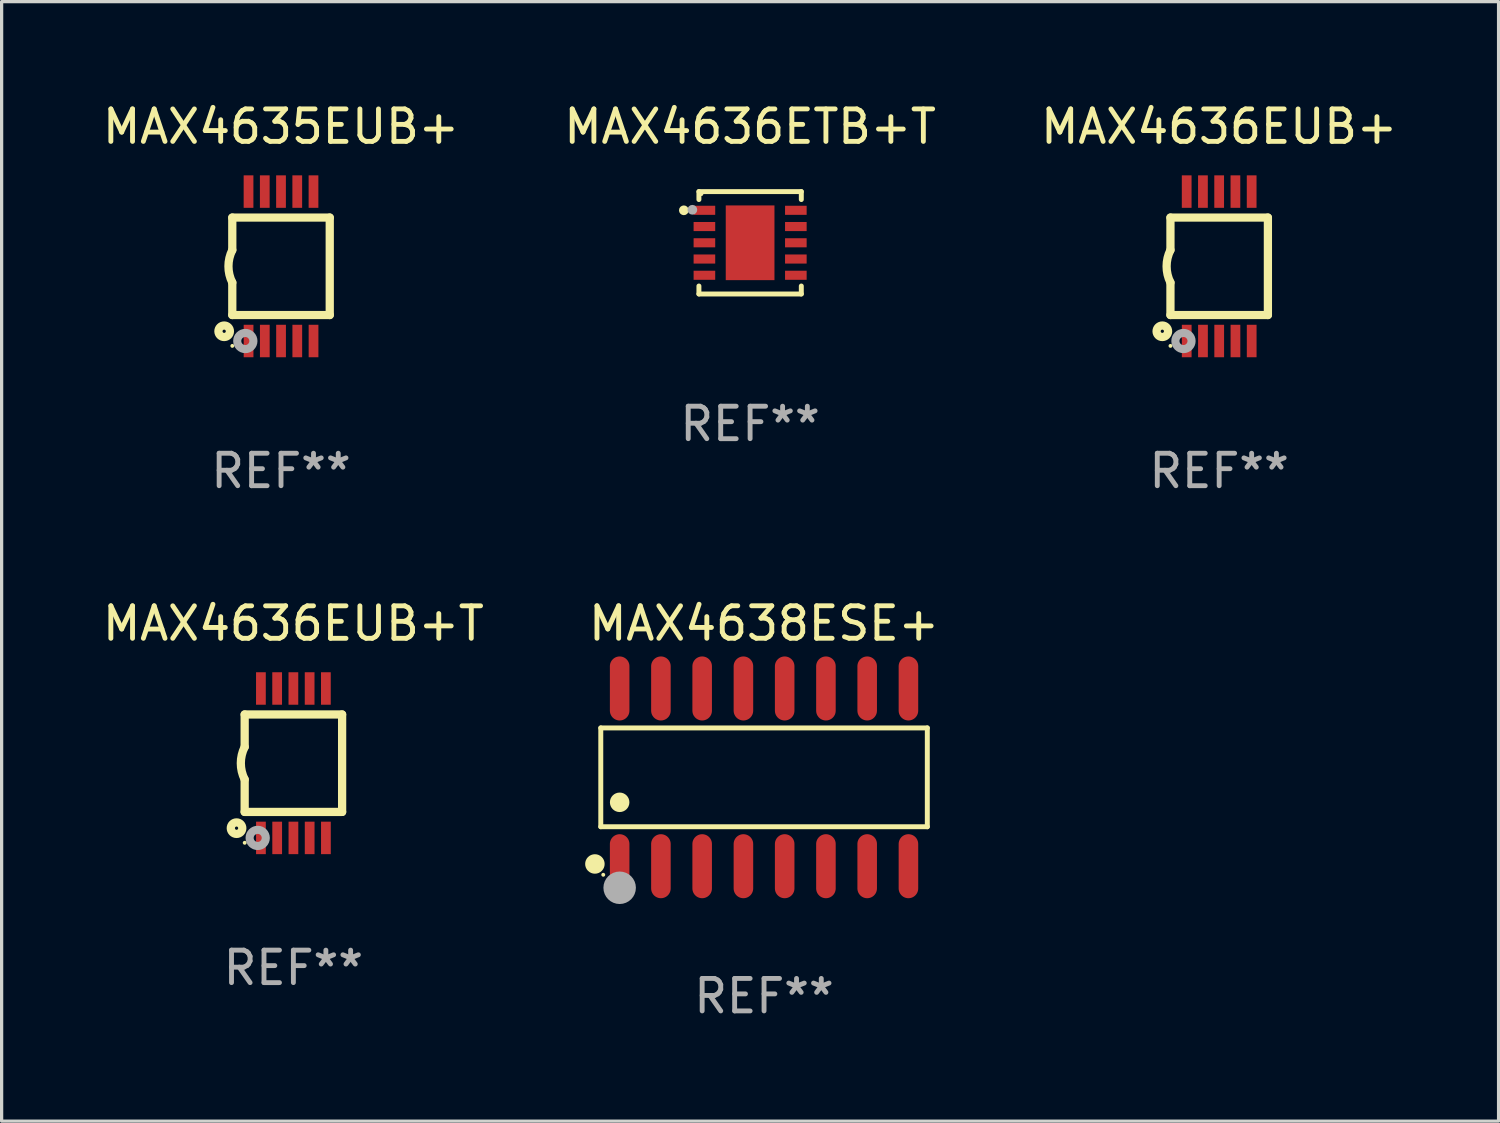
<source format=kicad_pcb>
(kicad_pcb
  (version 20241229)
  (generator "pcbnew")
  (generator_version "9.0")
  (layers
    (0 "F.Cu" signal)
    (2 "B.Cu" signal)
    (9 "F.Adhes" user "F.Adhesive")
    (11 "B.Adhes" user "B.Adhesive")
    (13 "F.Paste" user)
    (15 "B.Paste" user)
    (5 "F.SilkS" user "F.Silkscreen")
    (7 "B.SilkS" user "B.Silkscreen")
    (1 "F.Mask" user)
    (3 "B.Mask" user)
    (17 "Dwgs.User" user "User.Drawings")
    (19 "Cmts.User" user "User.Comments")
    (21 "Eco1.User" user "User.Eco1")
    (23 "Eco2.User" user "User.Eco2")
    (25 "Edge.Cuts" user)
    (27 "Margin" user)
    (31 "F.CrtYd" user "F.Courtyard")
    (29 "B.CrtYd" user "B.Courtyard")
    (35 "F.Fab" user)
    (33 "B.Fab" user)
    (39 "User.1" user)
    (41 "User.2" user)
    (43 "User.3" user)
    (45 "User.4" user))
  (footprint "MAX4635EUB+"
    (layer "F.Cu")
    (at 5.601 5.148)
    (property "Reference" "MAX4635EUB+" (at 0 -4.3 0) (layer "F.SilkS") (effects (font (size 1 1) (thickness 0.15))))
    (attr through_hole)
    (fp_line (start -1.5 -1.5) (end -1.5 -0.5) (stroke (width 0.254) (type solid)) (layer "F.SilkS"))
    (fp_line (start -1.5 1.5) (end -1.5 0.5) (stroke (width 0.254) (type solid)) (layer "F.SilkS"))
    (fp_line (start -1.5 1.5) (end 1.5 1.5) (stroke (width 0.254) (type solid)) (layer "F.SilkS"))
    (fp_line (start 1.5 1.5) (end 1.5 -1.5) (stroke (width 0.254) (type solid)) (layer "F.SilkS"))
    (fp_line (start 1.5 -1.5) (end -1.5 -1.5) (stroke (width 0.254) (type solid)) (layer "F.SilkS"))
    (fp_arc (start -1.500165 0.5) (mid -1.618199 0) (end -1.500165 -0.5) (stroke (width 0.254001) (type solid)) (layer "F.SilkS"))
    (fp_circle (center -1.75 2) (end -1.573 2) (stroke (width 0.254) (type solid)) (fill no) (layer "F.SilkS"))
    (fp_circle (center -1.499 2.45) (end -1.469 2.45) (stroke (width 0.06) (type solid)) (fill no) (layer "F.SilkS"))
    (fp_circle (center -1.099 2.3) (end -0.975 2.3) (stroke (width 0.25) (type solid)) (fill no) (layer "F.Fab"))
    (fp_text user "REF**" (at 0 6.3 0) (layer "F.Fab") (effects (font (size 1 1) (thickness 0.15))))
    (pad "1" smd rect (at -0.999 2.3 180) (size 0.3 1) (layers "F.Cu" "F.Mask" "F.Paste"))
    (pad "2" smd rect (at -0.499 2.3 180) (size 0.3 1) (layers "F.Cu" "F.Mask" "F.Paste"))
    (pad "3" smd rect (at 0.001 2.3 180) (size 0.3 1) (layers "F.Cu" "F.Mask" "F.Paste"))
    (pad "4" smd rect (at 0.501 2.3 180) (size 0.3 1) (layers "F.Cu" "F.Mask" "F.Paste"))
    (pad "5" smd rect (at 1.001 2.3 180) (size 0.3 1) (layers "F.Cu" "F.Mask" "F.Paste"))
    (pad "6" smd rect (at 1 -2.3 180) (size 0.3 1) (layers "F.Cu" "F.Mask" "F.Paste"))
    (pad "7" smd rect (at 0.5 -2.3 180) (size 0.3 1) (layers "F.Cu" "F.Mask" "F.Paste"))
    (pad "8" smd rect (at -0.000165 -2.3 180) (size 0.3 1) (layers "F.Cu" "F.Mask" "F.Paste"))
    (pad "9" smd rect (at -0.5 -2.3 180) (size 0.3 1) (layers "F.Cu" "F.Mask" "F.Paste"))
    (pad "10" smd rect (at -1 -2.3 180) (size 0.3 1) (layers "F.Cu" "F.Mask" "F.Paste")))
  (footprint "MAX4638ESE+"
    (layer "F.Cu")
    (at 20.471 20.88)
    (property "Reference" "MAX4638ESE+" (at 0 -4.736 0) (layer "F.SilkS") (effects (font (size 1 1) (thickness 0.15))))
    (attr through_hole)
    (fp_line (start -5.026 -1.521) (end 5.026 -1.521) (stroke (width 0.152) (type solid)) (layer "F.SilkS"))
    (fp_line (start -5.026 1.521) (end -5.026 -1.521) (stroke (width 0.152) (type solid)) (layer "F.SilkS"))
    (fp_line (start 5.026 -1.521) (end 5.026 1.521) (stroke (width 0.152) (type solid)) (layer "F.SilkS"))
    (fp_line (start 5.026 1.521) (end -5.026 1.521) (stroke (width 0.152) (type solid)) (layer "F.SilkS"))
    (fp_circle (center -5.207 2.667) (end -5.057 2.667) (stroke (width 0.3) (type solid)) (fill no) (layer "F.SilkS"))
    (fp_circle (center -4.95 3) (end -4.92 3) (stroke (width 0.06) (type solid)) (fill no) (layer "F.SilkS"))
    (fp_circle (center -4.445 0.769) (end -4.295 0.769) (stroke (width 0.3) (type solid)) (fill no) (layer "F.SilkS"))
    (fp_circle (center -4.445 3.4) (end -4.195 3.4) (stroke (width 0.5) (type solid)) (fill no) (layer "F.Fab"))
    (fp_text user "REF**" (at 0 6.736 0) (layer "F.Fab") (effects (font (size 1 1) (thickness 0.15))))
    (pad "1" smd oval (at -4.445 2.736) (size 0.602 1.971) (layers "F.Cu" "F.Mask" "F.Paste"))
    (pad "2" smd oval (at -3.175 2.736) (size 0.602 1.971) (layers "F.Cu" "F.Mask" "F.Paste"))
    (pad "3" smd oval (at -1.905 2.736) (size 0.602 1.971) (layers "F.Cu" "F.Mask" "F.Paste"))
    (pad "4" smd oval (at -0.635 2.736) (size 0.602 1.971) (layers "F.Cu" "F.Mask" "F.Paste"))
    (pad "5" smd oval (at 0.635 2.736) (size 0.602 1.971) (layers "F.Cu" "F.Mask" "F.Paste"))
    (pad "6" smd oval (at 1.905 2.736) (size 0.602 1.971) (layers "F.Cu" "F.Mask" "F.Paste"))
    (pad "7" smd oval (at 3.175 2.736) (size 0.602 1.971) (layers "F.Cu" "F.Mask" "F.Paste"))
    (pad "8" smd oval (at 4.445 2.736) (size 0.602 1.971) (layers "F.Cu" "F.Mask" "F.Paste"))
    (pad "9" smd oval (at 4.445 -2.736) (size 0.602 1.971) (layers "F.Cu" "F.Mask" "F.Paste"))
    (pad "10" smd oval (at 3.175 -2.736) (size 0.602 1.971) (layers "F.Cu" "F.Mask" "F.Paste"))
    (pad "11" smd oval (at 1.905 -2.736) (size 0.602 1.971) (layers "F.Cu" "F.Mask" "F.Paste"))
    (pad "12" smd oval (at 0.635 -2.736) (size 0.602 1.971) (layers "F.Cu" "F.Mask" "F.Paste"))
    (pad "13" smd oval (at -0.635 -2.736) (size 0.602 1.971) (layers "F.Cu" "F.Mask" "F.Paste"))
    (pad "14" smd oval (at -1.905 -2.736) (size 0.602 1.971) (layers "F.Cu" "F.Mask" "F.Paste"))
    (pad "15" smd oval (at -3.175 -2.736) (size 0.602 1.971) (layers "F.Cu" "F.Mask" "F.Paste"))
    (pad "16" smd oval (at -4.445 -2.736) (size 0.602 1.971) (layers "F.Cu" "F.Mask" "F.Paste")))
  (footprint "MAX4636EUB+"
    (layer "F.Cu")
    (at 34.482 5.148)
    (property "Reference" "MAX4636EUB+" (at 0 -4.3 0) (layer "F.SilkS") (effects (font (size 1 1) (thickness 0.15))))
    (attr through_hole)
    (fp_line (start -1.5 -1.5) (end -1.5 -0.5) (stroke (width 0.254) (type solid)) (layer "F.SilkS"))
    (fp_line (start -1.5 1.5) (end -1.5 0.5) (stroke (width 0.254) (type solid)) (layer "F.SilkS"))
    (fp_line (start -1.5 1.5) (end 1.5 1.5) (stroke (width 0.254) (type solid)) (layer "F.SilkS"))
    (fp_line (start 1.5 1.5) (end 1.5 -1.5) (stroke (width 0.254) (type solid)) (layer "F.SilkS"))
    (fp_line (start 1.5 -1.5) (end -1.5 -1.5) (stroke (width 0.254) (type solid)) (layer "F.SilkS"))
    (fp_arc (start -1.500165 0.5) (mid -1.618199 0) (end -1.500165 -0.5) (stroke (width 0.254001) (type solid)) (layer "F.SilkS"))
    (fp_circle (center -1.75 2) (end -1.573 2) (stroke (width 0.254) (type solid)) (fill no) (layer "F.SilkS"))
    (fp_circle (center -1.499 2.45) (end -1.469 2.45) (stroke (width 0.06) (type solid)) (fill no) (layer "F.SilkS"))
    (fp_circle (center -1.099 2.3) (end -0.975 2.3) (stroke (width 0.25) (type solid)) (fill no) (layer "F.Fab"))
    (fp_text user "REF**" (at 0 6.3 0) (layer "F.Fab") (effects (font (size 1 1) (thickness 0.15))))
    (pad "1" smd rect (at -0.999 2.3 180) (size 0.3 1) (layers "F.Cu" "F.Mask" "F.Paste"))
    (pad "2" smd rect (at -0.499 2.3 180) (size 0.3 1) (layers "F.Cu" "F.Mask" "F.Paste"))
    (pad "3" smd rect (at 0.001 2.3 180) (size 0.3 1) (layers "F.Cu" "F.Mask" "F.Paste"))
    (pad "4" smd rect (at 0.501 2.3 180) (size 0.3 1) (layers "F.Cu" "F.Mask" "F.Paste"))
    (pad "5" smd rect (at 1.001 2.3 180) (size 0.3 1) (layers "F.Cu" "F.Mask" "F.Paste"))
    (pad "6" smd rect (at 1 -2.3 180) (size 0.3 1) (layers "F.Cu" "F.Mask" "F.Paste"))
    (pad "7" smd rect (at 0.5 -2.3 180) (size 0.3 1) (layers "F.Cu" "F.Mask" "F.Paste"))
    (pad "8" smd rect (at -0.000165 -2.3 180) (size 0.3 1) (layers "F.Cu" "F.Mask" "F.Paste"))
    (pad "9" smd rect (at -0.5 -2.3 180) (size 0.3 1) (layers "F.Cu" "F.Mask" "F.Paste"))
    (pad "10" smd rect (at -1 -2.3 180) (size 0.3 1) (layers "F.Cu" "F.Mask" "F.Paste")))
  (footprint "MAX4636EUB+T"
    (layer "F.Cu")
    (at 5.982 20.445)
    (property "Reference" "MAX4636EUB+T" (at 0 -4.3 0) (layer "F.SilkS") (effects (font (size 1 1) (thickness 0.15))))
    (attr through_hole)
    (fp_line (start -1.5 -1.5) (end -1.5 -0.5) (stroke (width 0.254) (type solid)) (layer "F.SilkS"))
    (fp_line (start -1.5 1.5) (end -1.5 0.5) (stroke (width 0.254) (type solid)) (layer "F.SilkS"))
    (fp_line (start -1.5 1.5) (end 1.5 1.5) (stroke (width 0.254) (type solid)) (layer "F.SilkS"))
    (fp_line (start 1.5 1.5) (end 1.5 -1.5) (stroke (width 0.254) (type solid)) (layer "F.SilkS"))
    (fp_line (start 1.5 -1.5) (end -1.5 -1.5) (stroke (width 0.254) (type solid)) (layer "F.SilkS"))
    (fp_arc (start -1.500165 0.5) (mid -1.618199 0) (end -1.500165 -0.5) (stroke (width 0.254001) (type solid)) (layer "F.SilkS"))
    (fp_circle (center -1.75 2) (end -1.573 2) (stroke (width 0.254) (type solid)) (fill no) (layer "F.SilkS"))
    (fp_circle (center -1.499 2.45) (end -1.469 2.45) (stroke (width 0.06) (type solid)) (fill no) (layer "F.SilkS"))
    (fp_circle (center -1.099 2.3) (end -0.975 2.3) (stroke (width 0.25) (type solid)) (fill no) (layer "F.Fab"))
    (fp_text user "REF**" (at 0 6.3 0) (layer "F.Fab") (effects (font (size 1 1) (thickness 0.15))))
    (pad "1" smd rect (at -0.999 2.3 180) (size 0.3 1) (layers "F.Cu" "F.Mask" "F.Paste"))
    (pad "2" smd rect (at -0.499 2.3 180) (size 0.3 1) (layers "F.Cu" "F.Mask" "F.Paste"))
    (pad "3" smd rect (at 0.001 2.3 180) (size 0.3 1) (layers "F.Cu" "F.Mask" "F.Paste"))
    (pad "4" smd rect (at 0.501 2.3 180) (size 0.3 1) (layers "F.Cu" "F.Mask" "F.Paste"))
    (pad "5" smd rect (at 1.001 2.3 180) (size 0.3 1) (layers "F.Cu" "F.Mask" "F.Paste"))
    (pad "6" smd rect (at 1 -2.3 180) (size 0.3 1) (layers "F.Cu" "F.Mask" "F.Paste"))
    (pad "7" smd rect (at 0.5 -2.3 180) (size 0.3 1) (layers "F.Cu" "F.Mask" "F.Paste"))
    (pad "8" smd rect (at -0.000165 -2.3 180) (size 0.3 1) (layers "F.Cu" "F.Mask" "F.Paste"))
    (pad "9" smd rect (at -0.5 -2.3 180) (size 0.3 1) (layers "F.Cu" "F.Mask" "F.Paste"))
    (pad "10" smd rect (at -1 -2.3 180) (size 0.3 1) (layers "F.Cu" "F.Mask" "F.Paste")))
  (footprint "MAX4636ETB+T"
    (layer "F.Cu")
    (at 20.042 4.424)
    (property "Reference" "MAX4636ETB+T" (at 0 -3.576 0) (layer "F.SilkS") (effects (font (size 1 1) (thickness 0.15))))
    (attr through_hole)
    (fp_line (start -1.576 -1.576) (end 1.576 -1.576) (stroke (width 0.152) (type solid)) (layer "F.SilkS"))
    (fp_line (start -1.576 -1.331) (end -1.576 -1.576) (stroke (width 0.152) (type solid)) (layer "F.SilkS"))
    (fp_line (start -1.576 1.331) (end -1.576 1.576) (stroke (width 0.152) (type solid)) (layer "F.SilkS"))
    (fp_line (start -1.576 1.576) (end 1.576 1.576) (stroke (width 0.152) (type solid)) (layer "F.SilkS"))
    (fp_line (start 1.576 -1.576) (end 1.576 -1.331) (stroke (width 0.152) (type solid)) (layer "F.SilkS"))
    (fp_line (start 1.576 1.576) (end 1.576 1.331) (stroke (width 0.152) (type solid)) (layer "F.SilkS"))
    (fp_circle (center -2.04 -1) (end -1.965 -1) (stroke (width 0.15) (type solid)) (fill no) (layer "F.SilkS"))
    (fp_circle (center -1.5 -1.5) (end -1.47 -1.5) (stroke (width 0.06) (type solid)) (fill no) (layer "F.SilkS"))
    (fp_circle (center -1.778 -1.016) (end -1.703 -1.016) (stroke (width 0.15) (type solid)) (fill no) (layer "F.Fab"))
    (fp_text user "REF**" (at 0 5.576 0) (layer "F.Fab") (effects (font (size 1 1) (thickness 0.15))))
    (pad "1" smd rect (at -1.407 -1 270) (size 0.28 0.665) (layers "F.Cu" "F.Mask" "F.Paste"))
    (pad "2" smd rect (at -1.407 -0.5 270) (size 0.28 0.665) (layers "F.Cu" "F.Mask" "F.Paste"))
    (pad "3" smd rect (at -1.407 0.000102 270) (size 0.28 0.665) (layers "F.Cu" "F.Mask" "F.Paste"))
    (pad "4" smd rect (at -1.407 0.5 270) (size 0.28 0.665) (layers "F.Cu" "F.Mask" "F.Paste"))
    (pad "5" smd rect (at -1.407 1 270) (size 0.28 0.665) (layers "F.Cu" "F.Mask" "F.Paste"))
    (pad "6" smd rect (at 1.408 1 270) (size 0.28 0.665) (layers "F.Cu" "F.Mask" "F.Paste"))
    (pad "7" smd rect (at 1.408 0.5 270) (size 0.28 0.665) (layers "F.Cu" "F.Mask" "F.Paste"))
    (pad "8" smd rect (at 1.408 0.000102 270) (size 0.28 0.665) (layers "F.Cu" "F.Mask" "F.Paste"))
    (pad "9" smd rect (at 1.408 -0.5 270) (size 0.28 0.665) (layers "F.Cu" "F.Mask" "F.Paste"))
    (pad "10" smd rect (at 1.408 -1 270) (size 0.28 0.665) (layers "F.Cu" "F.Mask" "F.Paste"))
    (pad "11" smd rect (at -0.000051 0.000102 270) (size 2.3 1.5) (layers "F.Cu" "F.Mask" "F.Paste")))
  (gr_rect
    (start -3 -3)
    (end 43.083 31.464)
    (stroke (width 0.1) (type default))
    (fill no)
    (layer "Edge.Cuts")))
</source>
